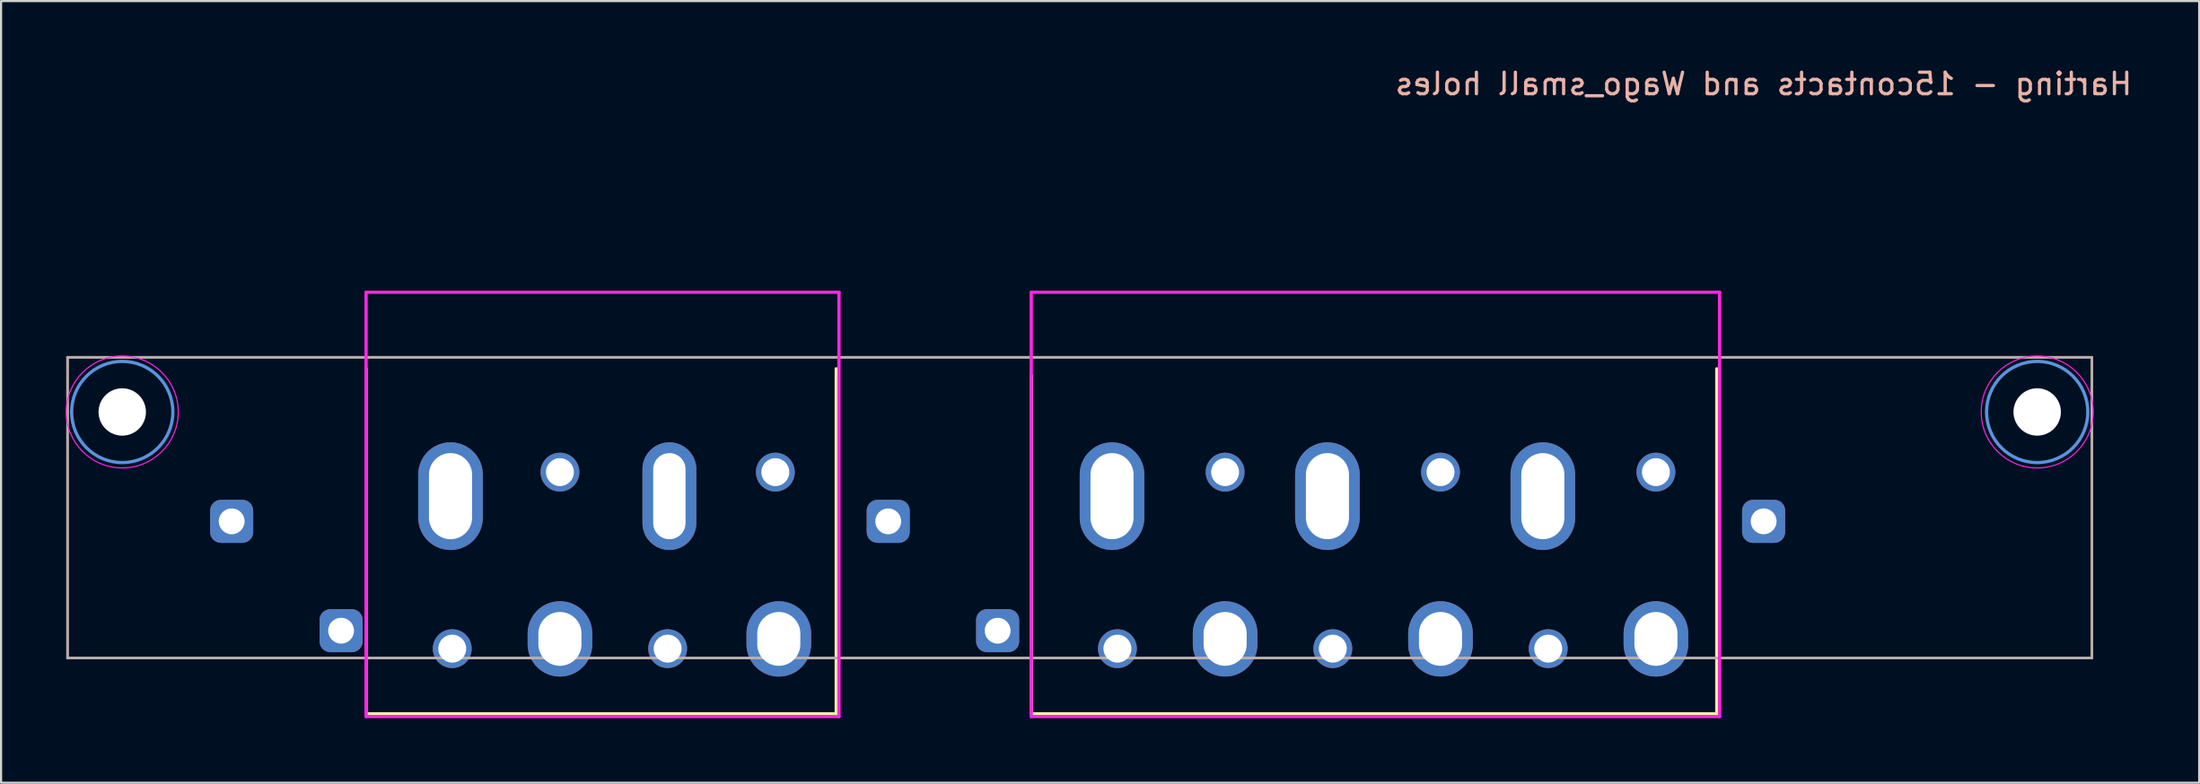
<source format=kicad_pcb>
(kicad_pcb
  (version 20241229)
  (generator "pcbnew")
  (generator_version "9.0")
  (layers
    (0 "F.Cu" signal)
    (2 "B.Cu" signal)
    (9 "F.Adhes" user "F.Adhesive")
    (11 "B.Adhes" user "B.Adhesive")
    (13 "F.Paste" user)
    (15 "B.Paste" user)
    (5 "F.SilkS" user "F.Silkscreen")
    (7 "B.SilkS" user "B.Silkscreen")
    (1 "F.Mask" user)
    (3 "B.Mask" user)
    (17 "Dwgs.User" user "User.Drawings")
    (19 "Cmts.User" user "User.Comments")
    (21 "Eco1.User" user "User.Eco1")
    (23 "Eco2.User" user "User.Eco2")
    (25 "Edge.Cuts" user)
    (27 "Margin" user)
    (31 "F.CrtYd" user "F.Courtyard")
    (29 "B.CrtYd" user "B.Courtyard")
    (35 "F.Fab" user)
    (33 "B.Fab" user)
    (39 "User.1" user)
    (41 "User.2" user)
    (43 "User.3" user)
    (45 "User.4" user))
  (footprint "Harting - 15contacts and Wago_small holes"
    (layer "F.Cu")
    (at 78.825 21.168)
    (property "Reference" "Harting - 15contacts and Wago_small holes" (at 0 -20.32 0) (unlocked yes) (layer "B.SilkS") (effects (font (size 1 1) (thickness 0.15)) (justify mirror)))
    (attr through_hole)
    (fp_line (start -64.88 -7.086) (end -64.88 8.941) (stroke (width 0.152) (type solid)) (layer "F.SilkS"))
    (fp_line (start -64.88 8.941) (end -43.053 8.941) (stroke (width 0.152) (type solid)) (layer "F.SilkS"))
    (fp_line (start -43.053 8.941) (end -43.053 -7.086) (stroke (width 0.152) (type solid)) (layer "F.SilkS"))
    (fp_line (start -34 -6.789) (end -34 8.941) (stroke (width 0.152) (type solid)) (layer "F.SilkS"))
    (fp_line (start -34 8.941) (end -2.173 8.941) (stroke (width 0.152) (type solid)) (layer "F.SilkS"))
    (fp_line (start -2.173 8.941) (end -2.173 -7.086) (stroke (width 0.152) (type solid)) (layer "F.SilkS"))
    (fp_line (start -78.74 -7.62) (end 15.24 -7.62) (stroke (width 0.12) (type default)) (layer "B.SilkS"))
    (fp_line (start -78.74 6.35) (end -78.74 -7.62) (stroke (width 0.12) (type default)) (layer "B.SilkS"))
    (fp_line (start 15.24 -7.62) (end 15.24 6.35) (stroke (width 0.12) (type default)) (layer "B.SilkS"))
    (fp_line (start 15.24 6.35) (end -78.74 6.35) (stroke (width 0.12) (type default)) (layer "B.SilkS"))
    (fp_circle (center -76.2 -5.08) (end -73.85 -5.08) (stroke (width 0.15) (type solid)) (fill no) (layer "Cmts.User"))
    (fp_circle (center 12.7 -5.08) (end 15.05 -5.08) (stroke (width 0.15) (type solid)) (fill no) (layer "Cmts.User"))
    (fp_line (start -64.88 -10.642) (end -64.88 9.068) (stroke (width 0.152) (type solid)) (layer "F.CrtYd"))
    (fp_line (start -64.88 9.068) (end -42.926 9.068) (stroke (width 0.152) (type solid)) (layer "F.CrtYd"))
    (fp_line (start -42.926 -10.642) (end -64.88 -10.642) (stroke (width 0.152) (type solid)) (layer "F.CrtYd"))
    (fp_line (start -42.926 9.068) (end -42.926 -10.642) (stroke (width 0.152) (type solid)) (layer "F.CrtYd"))
    (fp_line (start -34 -10.642) (end -34 9.068) (stroke (width 0.152) (type solid)) (layer "F.CrtYd"))
    (fp_line (start -34 9.068) (end -2.046 9.068) (stroke (width 0.152) (type solid)) (layer "F.CrtYd"))
    (fp_line (start -2.046 -10.642) (end -34 -10.642) (stroke (width 0.152) (type solid)) (layer "F.CrtYd"))
    (fp_line (start -2.046 9.068) (end -2.046 -10.642) (stroke (width 0.152) (type solid)) (layer "F.CrtYd"))
    (fp_circle (center -76.2 -5.08) (end -73.6 -5.08) (stroke (width 0.05) (type solid)) (fill no) (layer "F.CrtYd"))
    (fp_circle (center 12.7 -5.08) (end 15.3 -5.08) (stroke (width 0.05) (type solid)) (fill no) (layer "F.CrtYd"))
    (fp_rect (start -78.74 -7.62) (end 15.24 6.35) (stroke (width 0.1) (type default)) (fill no) (layer "F.Fab"))
    (pad "" np_thru_hole circle (at -76.2 -5.08) (size 2.2 2.2) (drill 2.8) (layers "*.Cu" "*.Mask"))
    (pad "" np_thru_hole circle (at 12.7 -5.08) (size 2.2 2.2) (drill 2.8) (layers "*.Cu" "*.Mask"))
    (pad "1" thru_hole roundrect (at 0 0) (size 2 2) (drill 1.2) (layers "*.Cu" "*.Mask") (roundrect_rratio 0.25))
    (pad "2" thru_hole circle (at -5 -2.286 180) (size 1.803 1.803) (drill 1.295) (layers "*.Cu" "*.Mask"))
    (pad "2" thru_hole oval (at -5 5.461) (size 3 3.5) (drill oval 2 2.5) (layers "*.Cu" "*.Mask"))
    (pad "3" thru_hole oval (at -10.25 -1.17) (size 3 5) (drill oval 2 4) (layers "*.Cu" "*.Mask"))
    (pad "3" thru_hole circle (at -10 5.914 180) (size 1.803 1.803) (drill 1.295) (layers "*.Cu" "*.Mask"))
    (pad "4" thru_hole circle (at -15 -2.286 180) (size 1.803 1.803) (drill 1.295) (layers "*.Cu" "*.Mask"))
    (pad "4" thru_hole oval (at -15 5.461) (size 3 3.5) (drill oval 2 2.5) (layers "*.Cu" "*.Mask"))
    (pad "5" thru_hole oval (at -20.25 -1.17) (size 3 5) (drill oval 2 4) (layers "*.Cu" "*.Mask"))
    (pad "5" thru_hole circle (at -20 5.914 180) (size 1.803 1.803) (drill 1.295) (layers "*.Cu" "*.Mask"))
    (pad "6" thru_hole circle (at -25 -2.286 180) (size 1.803 1.803) (drill 1.295) (layers "*.Cu" "*.Mask"))
    (pad "6" thru_hole oval (at -25 5.461) (size 3 3.5) (drill oval 2 2.5) (layers "*.Cu" "*.Mask"))
    (pad "7" thru_hole oval (at -30.25 -1.17) (size 3 5) (drill oval 2 4) (layers "*.Cu" "*.Mask"))
    (pad "7" thru_hole circle (at -30 5.914 180) (size 1.803 1.803) (drill 1.295) (layers "*.Cu" "*.Mask"))
    (pad "8" thru_hole roundrect (at -35.56 5.08) (size 2 2) (drill 1.2) (layers "*.Cu" "*.Mask") (roundrect_rratio 0.25))
    (pad "9" thru_hole roundrect (at -40.64 0) (size 2 2) (drill 1.2) (layers "*.Cu" "*.Mask") (roundrect_rratio 0.25))
    (pad "10" thru_hole circle (at -45.88 -2.286 180) (size 1.803 1.803) (drill 1.295) (layers "*.Cu" "*.Mask"))
    (pad "10" thru_hole oval (at -45.72 5.461) (size 3 3.5) (drill oval 2 2.5) (layers "*.Cu" "*.Mask"))
    (pad "11" thru_hole circle (at -50.88 5.914 180) (size 1.803 1.803) (drill 1.295) (layers "*.Cu" "*.Mask"))
    (pad "11" thru_hole oval (at -50.8 -1.17) (size 2.5 5) (drill oval 1.5 4) (layers "*.Cu" "*.Mask"))
    (pad "12" thru_hole circle (at -55.88 -2.286 180) (size 1.803 1.803) (drill 1.295) (layers "*.Cu" "*.Mask"))
    (pad "12" thru_hole oval (at -55.88 5.461) (size 3 3.5) (drill oval 2 2.5) (layers "*.Cu" "*.Mask"))
    (pad "13" thru_hole oval (at -60.96 -1.17) (size 3 5) (drill oval 2 4) (layers "*.Cu" "*.Mask"))
    (pad "13" thru_hole circle (at -60.88 5.914 180) (size 1.803 1.803) (drill 1.295) (layers "*.Cu" "*.Mask"))
    (pad "14" thru_hole roundrect (at -66.04 5.08) (size 2 2) (drill 1.2) (layers "*.Cu" "*.Mask") (roundrect_rratio 0.25))
    (pad "15" thru_hole roundrect (at -71.12 0) (size 2 2) (drill 1.2) (layers "*.Cu" "*.Mask") (roundrect_rratio 0.25)))
  (gr_rect
    (start -3 -3)
    (end 99.045 33.312)
    (stroke (width 0.1) (type default))
    (fill no)
    (layer "Edge.Cuts")))
</source>
